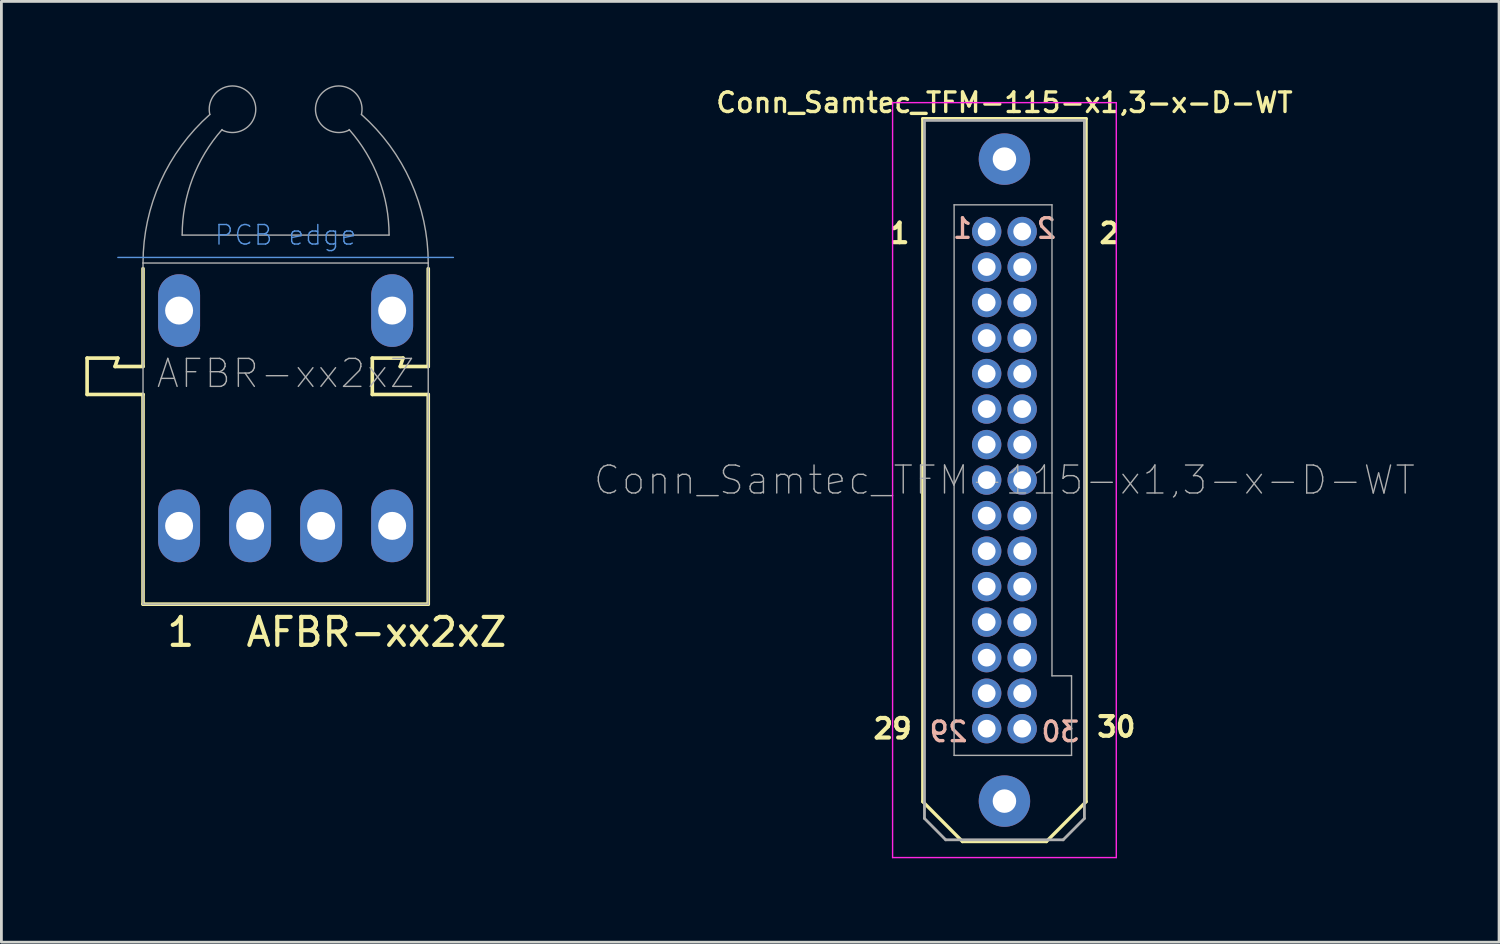
<source format=kicad_pcb>
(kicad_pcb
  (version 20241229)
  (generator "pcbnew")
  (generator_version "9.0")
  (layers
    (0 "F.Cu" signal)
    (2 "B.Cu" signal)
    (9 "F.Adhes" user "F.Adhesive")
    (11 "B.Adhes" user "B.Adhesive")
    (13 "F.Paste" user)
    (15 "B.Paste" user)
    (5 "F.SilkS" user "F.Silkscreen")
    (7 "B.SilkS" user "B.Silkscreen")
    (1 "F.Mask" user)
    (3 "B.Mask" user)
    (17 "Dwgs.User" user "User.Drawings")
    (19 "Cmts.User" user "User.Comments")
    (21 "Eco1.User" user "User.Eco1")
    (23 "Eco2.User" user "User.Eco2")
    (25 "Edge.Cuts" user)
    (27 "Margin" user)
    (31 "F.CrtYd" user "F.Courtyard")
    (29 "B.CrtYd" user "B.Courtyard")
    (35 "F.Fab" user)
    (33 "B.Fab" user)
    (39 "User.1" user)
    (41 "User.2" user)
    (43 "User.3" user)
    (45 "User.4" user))
  (footprint "AFBR-xx2xZ"
    (layer "F.Cu")
    (at 7.165 10.057)
    (property "Reference" "AFBR-xx2xZ" (at 3.25 9.5 0) (layer "F.SilkS") (effects (font (size 1 1) (thickness 0.15))))
    (attr through_hole)
    (fp_line (start -7.1 -0.3) (end -6 -0.3) (stroke (width 0.13) (type solid)) (layer "F.SilkS"))
    (fp_line (start -7.1 1) (end -7.1 -0.3) (stroke (width 0.13) (type solid)) (layer "F.SilkS"))
    (fp_line (start -6.1 0) (end -5.1 0) (stroke (width 0.13) (type solid)) (layer "F.SilkS"))
    (fp_line (start -6 -0.3) (end -6.1 0) (stroke (width 0.13) (type solid)) (layer "F.SilkS"))
    (fp_line (start -5.1 0) (end -5.1 -3.5) (stroke (width 0.13) (type solid)) (layer "F.SilkS"))
    (fp_line (start -5.1 1) (end -7.1 1) (stroke (width 0.13) (type solid)) (layer "F.SilkS"))
    (fp_line (start -5.1 1.001) (end -5.1 8.5) (stroke (width 0.13) (type solid)) (layer "F.SilkS"))
    (fp_line (start 3.1 -0.3) (end 4.2 -0.3) (stroke (width 0.13) (type solid)) (layer "F.SilkS"))
    (fp_line (start 3.1 1) (end 3.1 -0.3) (stroke (width 0.13) (type solid)) (layer "F.SilkS"))
    (fp_line (start 4.1 0) (end 5.1 0) (stroke (width 0.13) (type solid)) (layer "F.SilkS"))
    (fp_line (start 4.2 -0.3) (end 4.1 0) (stroke (width 0.13) (type solid)) (layer "F.SilkS"))
    (fp_line (start 5.1 0) (end 5.1 -3.5) (stroke (width 0.13) (type solid)) (layer "F.SilkS"))
    (fp_line (start 5.1 1) (end 3.1 1) (stroke (width 0.13) (type solid)) (layer "F.SilkS"))
    (fp_line (start 5.1 1.001) (end 5.1 8.5) (stroke (width 0.13) (type solid)) (layer "F.SilkS"))
    (fp_line (start 5.1 8.5) (end -5.1 8.5) (stroke (width 0.13) (type solid)) (layer "F.SilkS"))
    (fp_line (start -6 -3.9) (end 6 -3.9) (stroke (width 0.05) (type solid)) (layer "Cmts.User"))
    (fp_line (start -5.1 -3.7) (end -5.1 8.5) (stroke (width 0.05) (type solid)) (layer "F.Fab"))
    (fp_line (start -5.1 -3.7) (end 5.1 -3.7) (stroke (width 0.05) (type solid)) (layer "F.Fab"))
    (fp_line (start -5.1 8.5) (end 5.1 8.5) (stroke (width 0.05) (type solid)) (layer "F.Fab"))
    (fp_line (start -3.7 -4.7) (end 3.7 -4.7) (stroke (width 0.05) (type solid)) (layer "F.Fab"))
    (fp_line (start 5.1 8.5) (end 5.1 -3.7) (stroke (width 0.05) (type solid)) (layer "F.Fab"))
    (fp_arc (start -5.1 -3.7) (mid -4.475198 -6.612354) (end -2.710759 -9.012132) (stroke (width 0.05) (type solid)) (layer "F.Fab"))
    (fp_arc (start -3.7 -4.7) (mid -3.33084 -6.717956) (end -2.271176 -8.474527) (stroke (width 0.05) (type solid)) (layer "F.Fab"))
    (fp_arc (start -2.710759 -9.012132) (mid -1.243964 -9.712095) (end -2.279069 -8.459101) (stroke (width 0.05) (type solid)) (layer "F.Fab"))
    (fp_arc (start 2.271176 -8.474527) (mid 3.33084 -6.717956) (end 3.7 -4.7) (stroke (width 0.05) (type solid)) (layer "F.Fab"))
    (fp_arc (start 2.279069 -8.459101) (mid 1.243964 -9.712095) (end 2.710759 -9.012132) (stroke (width 0.05) (type solid)) (layer "F.Fab"))
    (fp_arc (start 2.710759 -9.012132) (mid 4.475198 -6.612354) (end 5.1 -3.7) (stroke (width 0.05) (type solid)) (layer "F.Fab"))
    (fp_text user "1" (at -3.75 9.5 0) (layer "F.SilkS") (effects (font (size 1 1) (thickness 0.15))))
    (fp_text user "PCB edge" (at 0 -4.7 0) (layer "Cmts.User") (effects (font (size 0.7 0.7) (thickness 0.05))))
    (fp_text user "${REFERENCE}" (at 0 0.25 0) (layer "F.Fab") (effects (font (size 1 1) (thickness 0.05))))
    (pad "1" thru_hole oval (at -3.81 5.7) (size 1.5 2.6) (drill 1) (layers "*.Cu" "*.Mask"))
    (pad "2" thru_hole oval (at -1.27 5.7) (size 1.5 2.6) (drill 1) (layers "*.Cu" "*.Mask"))
    (pad "3" thru_hole oval (at 1.27 5.7) (size 1.5 2.6) (drill 1) (layers "*.Cu" "*.Mask"))
    (pad "4" thru_hole oval (at 3.81 5.7) (size 1.5 2.6) (drill 1) (layers "*.Cu" "*.Mask"))
    (pad "5" thru_hole oval (at 3.81 -2) (size 1.5 2.6) (drill 1) (layers "*.Cu" "*.Mask"))
    (pad "8" thru_hole oval (at -3.81 -2) (size 1.5 2.6) (drill 1) (layers "*.Cu" "*.Mask")))
  (footprint "Conn_Samtec_TFM-115-x1,3-x-D-WT"
    (layer "F.Cu")
    (at 32.872 14.12)
    (property "Reference" "Conn_Samtec_TFM-115-x1,3-x-D-WT" (at 0 -13.5 0) (layer "F.SilkS") (effects (font (size 0.7 0.7) (thickness 0.12))))
    (attr through_hole)
    (fp_line (start -2.92 -12.925) (end -2.92 11.5) (stroke (width 0.12) (type solid)) (layer "F.SilkS"))
    (fp_line (start -2.92 -12.925) (end 2.92 -12.925) (stroke (width 0.12) (type solid)) (layer "F.SilkS"))
    (fp_line (start -2.92 11.5) (end -1.5 12.925) (stroke (width 0.12) (type solid)) (layer "F.SilkS"))
    (fp_line (start -1.5 12.925) (end 1.5 12.925) (stroke (width 0.12) (type solid)) (layer "F.SilkS"))
    (fp_line (start 1.5 12.925) (end 2.92 11.5) (stroke (width 0.12) (type solid)) (layer "F.SilkS"))
    (fp_line (start 2.92 -12.925) (end 2.92 11.5) (stroke (width 0.12) (type solid)) (layer "F.SilkS"))
    (fp_line (start -4 13.5) (end -4 -13.5) (stroke (width 0.05) (type solid)) (layer "F.CrtYd"))
    (fp_line (start -4 13.5) (end 4 13.5) (stroke (width 0.05) (type solid)) (layer "F.CrtYd"))
    (fp_line (start 4 -13.5) (end -4 -13.5) (stroke (width 0.05) (type solid)) (layer "F.CrtYd"))
    (fp_line (start 4 13.5) (end 4 -13.5) (stroke (width 0.05) (type solid)) (layer "F.CrtYd"))
    (fp_line (start -2.86 -12.865) (end 2.86 -12.865) (stroke (width 0.1) (type solid)) (layer "F.Fab"))
    (fp_line (start -2.86 12.1) (end -2.86 -12.865) (stroke (width 0.1) (type solid)) (layer "F.Fab"))
    (fp_line (start -2.1 12.865) (end -2.86 12.1) (stroke (width 0.1) (type solid)) (layer "F.Fab"))
    (fp_line (start -1.8 -9.845) (end -1.8 9.845) (stroke (width 0.05) (type solid)) (layer "F.Fab"))
    (fp_line (start -1.8 9.845) (end 2.4 9.845) (stroke (width 0.05) (type solid)) (layer "F.Fab"))
    (fp_line (start 1.7 -9.845) (end -1.8 -9.845) (stroke (width 0.05) (type solid)) (layer "F.Fab"))
    (fp_line (start 1.7 7) (end 1.7 -9.845) (stroke (width 0.05) (type solid)) (layer "F.Fab"))
    (fp_line (start 1.7 7) (end 2.4 7) (stroke (width 0.05) (type solid)) (layer "F.Fab"))
    (fp_line (start 2.1 12.865) (end -2.1 12.865) (stroke (width 0.1) (type solid)) (layer "F.Fab"))
    (fp_line (start 2.1 12.865) (end 2.86 12.1) (stroke (width 0.1) (type solid)) (layer "F.Fab"))
    (fp_line (start 2.4 9.845) (end 2.4 7) (stroke (width 0.05) (type solid)) (layer "F.Fab"))
    (fp_line (start 2.86 -12.865) (end 2.86 12.1) (stroke (width 0.1) (type solid)) (layer "F.Fab"))
    (fp_text user "29" (at -4 8.89 0) (layer "F.SilkS") (effects (font (size 0.7 0.7) (thickness 0.15))))
    (fp_text user "2" (at 3.75 -8.825 180) (layer "F.SilkS") (effects (font (size 0.7 0.7) (thickness 0.15))))
    (fp_text user "1" (at -3.75 -8.825 0) (layer "F.SilkS") (effects (font (size 0.7 0.7) (thickness 0.15))))
    (fp_text user "30" (at 4 8.825 180) (layer "F.SilkS") (effects (font (size 0.7 0.7) (thickness 0.15))))
    (fp_text user "30" (at 2 9 0) (layer "B.SilkS") (effects (font (size 0.7 0.7) (thickness 0.12)) (justify mirror)))
    (fp_text user "29" (at -2 9 0) (layer "B.SilkS") (effects (font (size 0.7 0.7) (thickness 0.12)) (justify mirror)))
    (fp_text user "2" (at 1.5 -9 0) (layer "B.SilkS") (effects (font (size 0.7 0.7) (thickness 0.12)) (justify mirror)))
    (fp_text user "1" (at -1.5 -9 0) (layer "B.SilkS") (effects (font (size 0.7 0.7) (thickness 0.12)) (justify mirror)))
    (fp_text user "${REFERENCE}" (at 0 0 0) (layer "F.Fab") (effects (font (size 1 1) (thickness 0.05))))
    (pad "" thru_hole circle (at 0 -11.48) (size 1.84 1.84) (drill 0.84) (layers "*.Cu" "*.Mask"))
    (pad "" thru_hole circle (at 0 11.48) (size 1.84 1.84) (drill 0.84) (layers "*.Cu" "*.Mask"))
    (pad "1" thru_hole circle (at -0.635 -8.89) (size 1.05 1.05) (drill 0.635) (layers "*.Cu" "*.Mask"))
    (pad "2" thru_hole circle (at 0.635 -8.89) (size 1.05 1.05) (drill 0.635) (layers "*.Cu" "*.Mask"))
    (pad "3" thru_hole circle (at -0.635 -7.62) (size 1.05 1.05) (drill 0.635) (layers "*.Cu" "*.Mask"))
    (pad "4" thru_hole circle (at 0.635 -7.62) (size 1.05 1.05) (drill 0.635) (layers "*.Cu" "*.Mask"))
    (pad "5" thru_hole circle (at -0.635 -6.35) (size 1.05 1.05) (drill 0.635) (layers "*.Cu" "*.Mask"))
    (pad "6" thru_hole circle (at 0.635 -6.35) (size 1.05 1.05) (drill 0.635) (layers "*.Cu" "*.Mask"))
    (pad "7" thru_hole circle (at -0.635 -5.08) (size 1.05 1.05) (drill 0.635) (layers "*.Cu" "*.Mask"))
    (pad "8" thru_hole circle (at 0.635 -5.08) (size 1.05 1.05) (drill 0.635) (layers "*.Cu" "*.Mask"))
    (pad "9" thru_hole circle (at -0.635 -3.81) (size 1.05 1.05) (drill 0.635) (layers "*.Cu" "*.Mask"))
    (pad "10" thru_hole circle (at 0.635 -3.81) (size 1.05 1.05) (drill 0.635) (layers "*.Cu" "*.Mask"))
    (pad "11" thru_hole circle (at -0.635 -2.54) (size 1.05 1.05) (drill 0.635) (layers "*.Cu" "*.Mask"))
    (pad "12" thru_hole circle (at 0.635 -2.54) (size 1.05 1.05) (drill 0.635) (layers "*.Cu" "*.Mask"))
    (pad "13" thru_hole circle (at -0.635 -1.27) (size 1.05 1.05) (drill 0.635) (layers "*.Cu" "*.Mask"))
    (pad "14" thru_hole circle (at 0.635 -1.27) (size 1.05 1.05) (drill 0.635) (layers "*.Cu" "*.Mask"))
    (pad "15" thru_hole circle (at -0.635 0) (size 1.05 1.05) (drill 0.635) (layers "*.Cu" "*.Mask"))
    (pad "16" thru_hole circle (at 0.635 0) (size 1.05 1.05) (drill 0.635) (layers "*.Cu" "*.Mask"))
    (pad "17" thru_hole circle (at -0.635 1.27) (size 1.05 1.05) (drill 0.635) (layers "*.Cu" "*.Mask"))
    (pad "18" thru_hole circle (at 0.635 1.27) (size 1.05 1.05) (drill 0.635) (layers "*.Cu" "*.Mask"))
    (pad "19" thru_hole circle (at -0.635 2.54) (size 1.05 1.05) (drill 0.635) (layers "*.Cu" "*.Mask"))
    (pad "20" thru_hole circle (at 0.635 2.54) (size 1.05 1.05) (drill 0.635) (layers "*.Cu" "*.Mask"))
    (pad "21" thru_hole circle (at -0.635 3.81) (size 1.05 1.05) (drill 0.635) (layers "*.Cu" "*.Mask"))
    (pad "22" thru_hole circle (at 0.635 3.81) (size 1.05 1.05) (drill 0.635) (layers "*.Cu" "*.Mask"))
    (pad "23" thru_hole circle (at -0.635 5.08) (size 1.05 1.05) (drill 0.635) (layers "*.Cu" "*.Mask"))
    (pad "24" thru_hole circle (at 0.635 5.08) (size 1.05 1.05) (drill 0.635) (layers "*.Cu" "*.Mask"))
    (pad "25" thru_hole circle (at -0.635 6.35) (size 1.05 1.05) (drill 0.635) (layers "*.Cu" "*.Mask"))
    (pad "26" thru_hole circle (at 0.635 6.35) (size 1.05 1.05) (drill 0.635) (layers "*.Cu" "*.Mask"))
    (pad "27" thru_hole circle (at -0.635 7.62) (size 1.05 1.05) (drill 0.635) (layers "*.Cu" "*.Mask"))
    (pad "28" thru_hole circle (at 0.635 7.62) (size 1.05 1.05) (drill 0.635) (layers "*.Cu" "*.Mask"))
    (pad "29" thru_hole circle (at -0.635 8.89) (size 1.05 1.05) (drill 0.635) (layers "*.Cu" "*.Mask"))
    (pad "30" thru_hole circle (at 0.635 8.89) (size 1.05 1.05) (drill 0.635) (layers "*.Cu" "*.Mask")))
  (gr_rect
    (start -3 -3)
    (end 50.561 30.645)
    (stroke (width 0.1) (type default))
    (fill no)
    (layer "Edge.Cuts")))
</source>
